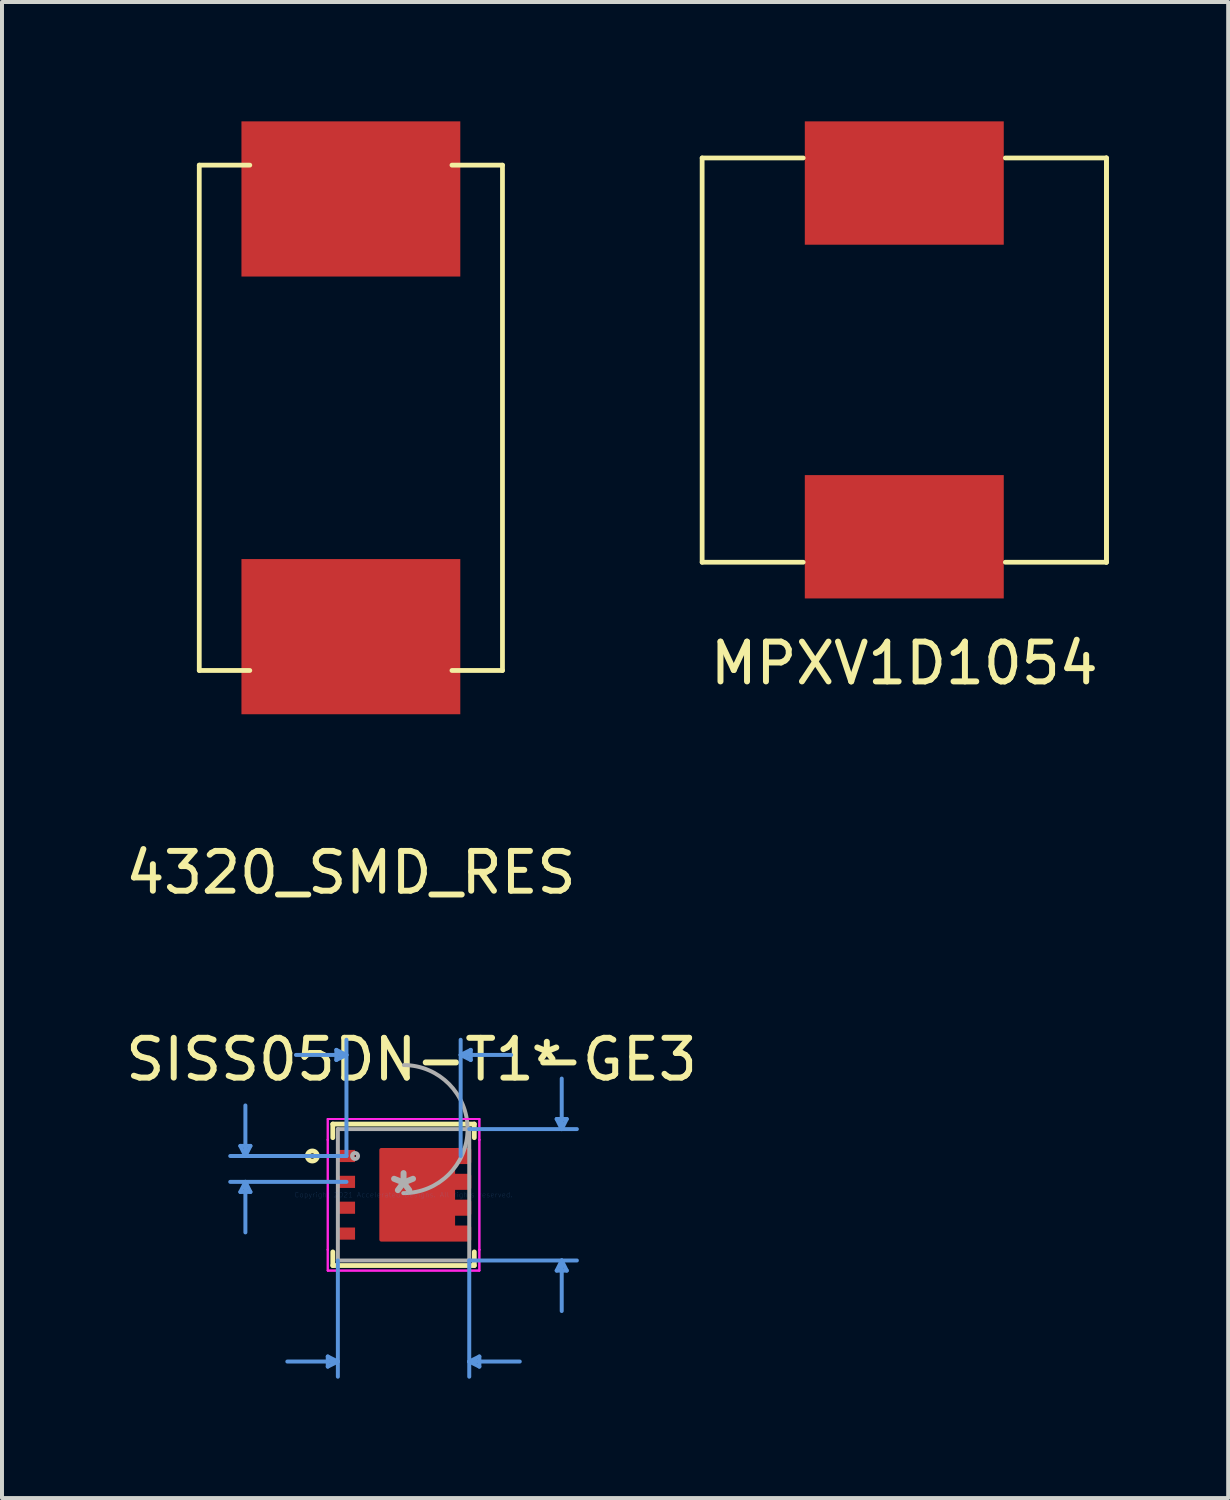
<source format=kicad_pcb>
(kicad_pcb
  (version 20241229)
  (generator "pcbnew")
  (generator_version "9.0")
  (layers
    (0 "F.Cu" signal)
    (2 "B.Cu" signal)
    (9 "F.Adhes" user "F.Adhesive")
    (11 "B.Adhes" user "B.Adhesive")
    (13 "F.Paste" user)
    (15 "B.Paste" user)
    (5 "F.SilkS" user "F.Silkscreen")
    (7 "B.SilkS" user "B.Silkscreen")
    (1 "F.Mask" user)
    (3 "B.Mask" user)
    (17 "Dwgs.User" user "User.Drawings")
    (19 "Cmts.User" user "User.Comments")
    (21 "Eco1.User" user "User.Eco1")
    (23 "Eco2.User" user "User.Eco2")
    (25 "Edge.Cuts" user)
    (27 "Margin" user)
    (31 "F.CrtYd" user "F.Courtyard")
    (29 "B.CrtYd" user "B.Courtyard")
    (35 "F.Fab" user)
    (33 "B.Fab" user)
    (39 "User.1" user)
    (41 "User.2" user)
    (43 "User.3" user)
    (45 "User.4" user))
  (footprint "SISS05DN-T1-GE3"
    (layer "F.Cu")
    (at 7.092 26.977)
    (property "Reference" "SISS05DN-T1-GE3" (at 0.2 -3.4 0) (layer "F.SilkS") (effects (font (size 1 1) (thickness 0.15))))
    (attr through_hole)
    (fp_poly (pts (xy -0.559 -1.126) (xy 1.651 -1.127) (xy 1.651 -0.823) (xy 1.245 -0.823) (xy 1.245 -0.477) (xy 1.651 -0.477) (xy 1.651 -0.173) (xy 1.245 -0.173) (xy 1.245 0.173) (xy 1.651 0.173) (xy 1.651 0.477) (xy 1.245 0.477) (xy 1.245 0.823) (xy 1.651 0.823) (xy 1.651 1.127) (xy -0.559 1.126)) (stroke (width 0.1) (type solid)) (fill yes) (layer "F.Cu"))
    (fp_poly (pts (xy -0.559 -1.126) (xy 1.651 -1.127) (xy 1.651 -0.823) (xy 1.245 -0.823) (xy 1.245 -0.477) (xy 1.651 -0.477) (xy 1.651 -0.173) (xy 1.245 -0.173) (xy 1.245 0.173) (xy 1.651 0.173) (xy 1.651 0.477) (xy 1.245 0.477) (xy 1.245 0.823) (xy 1.651 0.823) (xy 1.651 1.127) (xy -0.559 1.126)) (stroke (width 0.1) (type solid)) (fill yes) (layer "F.Mask"))
    (fp_line (start -1.778 -1.778) (end -1.778 -1.435) (stroke (width 0.12) (type solid)) (layer "F.SilkS"))
    (fp_line (start -1.778 1.435) (end -1.778 1.778) (stroke (width 0.12) (type solid)) (layer "F.SilkS"))
    (fp_line (start -1.778 1.778) (end 1.778 1.778) (stroke (width 0.12) (type solid)) (layer "F.SilkS"))
    (fp_line (start 1.778 -1.778) (end -1.778 -1.778) (stroke (width 0.12) (type solid)) (layer "F.SilkS"))
    (fp_line (start 1.778 -1.435) (end 1.778 -1.778) (stroke (width 0.12) (type solid)) (layer "F.SilkS"))
    (fp_line (start 1.778 1.778) (end 1.778 1.435) (stroke (width 0.12) (type solid)) (layer "F.SilkS"))
    (fp_circle (center -2.293 -0.975) (end -2.166 -0.975) (stroke (width 0.12) (type solid)) (fill no) (layer "F.SilkS"))
    (fp_poly (pts (xy -0.559 -1.126) (xy 1.651 -1.127) (xy 1.651 -0.823) (xy 1.245 -0.823) (xy 1.245 -0.477) (xy 1.651 -0.477) (xy 1.651 -0.173) (xy 1.245 -0.173) (xy 1.245 0.173) (xy 1.651 0.173) (xy 1.651 0.477) (xy 1.245 0.477) (xy 1.245 0.823) (xy 1.651 0.823) (xy 1.651 1.127) (xy -0.559 1.126)) (stroke (width 0.1) (type solid)) (fill yes) (layer "F.Paste"))
    (fp_line (start -4.102 -1.229) (end -3.848 -1.229) (stroke (width 0.1) (type solid)) (layer "Cmts.User"))
    (fp_line (start -4.102 -0.071) (end -3.848 -0.071) (stroke (width 0.1) (type solid)) (layer "Cmts.User"))
    (fp_line (start -3.975 -0.975) (end -4.102 -1.229) (stroke (width 0.1) (type solid)) (layer "Cmts.User"))
    (fp_line (start -3.975 -0.975) (end -3.975 -2.245) (stroke (width 0.1) (type solid)) (layer "Cmts.User"))
    (fp_line (start -3.975 -0.975) (end -3.848 -1.229) (stroke (width 0.1) (type solid)) (layer "Cmts.User"))
    (fp_line (start -3.975 -0.325) (end -4.102 -0.071) (stroke (width 0.1) (type solid)) (layer "Cmts.User"))
    (fp_line (start -3.975 -0.325) (end -3.975 0.945) (stroke (width 0.1) (type solid)) (layer "Cmts.User"))
    (fp_line (start -3.975 -0.325) (end -3.848 -0.071) (stroke (width 0.1) (type solid)) (layer "Cmts.User"))
    (fp_line (start -1.905 4.064) (end -1.905 4.318) (stroke (width 0.1) (type solid)) (layer "Cmts.User"))
    (fp_line (start -1.689 -3.642) (end -1.689 -3.388) (stroke (width 0.1) (type solid)) (layer "Cmts.User"))
    (fp_line (start -1.651 1.651) (end -1.651 4.572) (stroke (width 0.1) (type solid)) (layer "Cmts.User"))
    (fp_line (start -1.651 4.191) (end -2.921 4.191) (stroke (width 0.1) (type solid)) (layer "Cmts.User"))
    (fp_line (start -1.651 4.191) (end -1.905 4.064) (stroke (width 0.1) (type solid)) (layer "Cmts.User"))
    (fp_line (start -1.651 4.191) (end -1.905 4.318) (stroke (width 0.1) (type solid)) (layer "Cmts.User"))
    (fp_line (start -1.435 -3.515) (end -2.705 -3.515) (stroke (width 0.1) (type solid)) (layer "Cmts.User"))
    (fp_line (start -1.435 -3.515) (end -1.689 -3.642) (stroke (width 0.1) (type solid)) (layer "Cmts.User"))
    (fp_line (start -1.435 -3.515) (end -1.689 -3.388) (stroke (width 0.1) (type solid)) (layer "Cmts.User"))
    (fp_line (start -1.435 -0.975) (end -4.356 -0.975) (stroke (width 0.1) (type solid)) (layer "Cmts.User"))
    (fp_line (start -1.435 -0.975) (end -1.435 -3.896) (stroke (width 0.1) (type solid)) (layer "Cmts.User"))
    (fp_line (start -1.435 -0.325) (end -4.356 -0.325) (stroke (width 0.1) (type solid)) (layer "Cmts.User"))
    (fp_line (start 1.435 -3.515) (end 1.689 -3.642) (stroke (width 0.1) (type solid)) (layer "Cmts.User"))
    (fp_line (start 1.435 -3.515) (end 1.689 -3.388) (stroke (width 0.1) (type solid)) (layer "Cmts.User"))
    (fp_line (start 1.435 -3.515) (end 2.705 -3.515) (stroke (width 0.1) (type solid)) (layer "Cmts.User"))
    (fp_line (start 1.435 -0.975) (end 1.435 -3.896) (stroke (width 0.1) (type solid)) (layer "Cmts.User"))
    (fp_line (start 1.651 -1.651) (end 4.356 -1.651) (stroke (width 0.1) (type solid)) (layer "Cmts.User"))
    (fp_line (start 1.651 1.651) (end 1.651 4.572) (stroke (width 0.1) (type solid)) (layer "Cmts.User"))
    (fp_line (start 1.651 1.651) (end 4.356 1.651) (stroke (width 0.1) (type solid)) (layer "Cmts.User"))
    (fp_line (start 1.651 4.191) (end 1.905 4.064) (stroke (width 0.1) (type solid)) (layer "Cmts.User"))
    (fp_line (start 1.651 4.191) (end 1.905 4.318) (stroke (width 0.1) (type solid)) (layer "Cmts.User"))
    (fp_line (start 1.651 4.191) (end 2.921 4.191) (stroke (width 0.1) (type solid)) (layer "Cmts.User"))
    (fp_line (start 1.689 -3.642) (end 1.689 -3.388) (stroke (width 0.1) (type solid)) (layer "Cmts.User"))
    (fp_line (start 1.905 4.064) (end 1.905 4.318) (stroke (width 0.1) (type solid)) (layer "Cmts.User"))
    (fp_line (start 3.848 -1.905) (end 4.102 -1.905) (stroke (width 0.1) (type solid)) (layer "Cmts.User"))
    (fp_line (start 3.848 1.905) (end 4.102 1.905) (stroke (width 0.1) (type solid)) (layer "Cmts.User"))
    (fp_line (start 3.975 -1.651) (end 3.848 -1.905) (stroke (width 0.1) (type solid)) (layer "Cmts.User"))
    (fp_line (start 3.975 -1.651) (end 3.975 -2.921) (stroke (width 0.1) (type solid)) (layer "Cmts.User"))
    (fp_line (start 3.975 -1.651) (end 4.102 -1.905) (stroke (width 0.1) (type solid)) (layer "Cmts.User"))
    (fp_line (start 3.975 1.651) (end 3.848 1.905) (stroke (width 0.1) (type solid)) (layer "Cmts.User"))
    (fp_line (start 3.975 1.651) (end 3.975 2.921) (stroke (width 0.1) (type solid)) (layer "Cmts.User"))
    (fp_line (start 3.975 1.651) (end 4.102 1.905) (stroke (width 0.1) (type solid)) (layer "Cmts.User"))
    (fp_line (start -1.905 -1.905) (end 1.905 -1.905) (stroke (width 0.05) (type solid)) (layer "F.CrtYd"))
    (fp_line (start -1.905 -1.905) (end 1.905 -1.905) (stroke (width 0.05) (type solid)) (layer "F.CrtYd"))
    (fp_line (start -1.905 -1.381) (end -1.905 -1.905) (stroke (width 0.05) (type solid)) (layer "F.CrtYd"))
    (fp_line (start -1.905 -1.381) (end -1.905 -1.905) (stroke (width 0.05) (type solid)) (layer "F.CrtYd"))
    (fp_line (start -1.905 -1.381) (end -1.905 -1.381) (stroke (width 0.05) (type solid)) (layer "F.CrtYd"))
    (fp_line (start -1.905 -1.381) (end -1.905 -1.381) (stroke (width 0.05) (type solid)) (layer "F.CrtYd"))
    (fp_line (start -1.905 1.381) (end -1.905 -1.381) (stroke (width 0.05) (type solid)) (layer "F.CrtYd"))
    (fp_line (start -1.905 1.381) (end -1.905 -1.381) (stroke (width 0.05) (type solid)) (layer "F.CrtYd"))
    (fp_line (start -1.905 1.381) (end -1.905 1.381) (stroke (width 0.05) (type solid)) (layer "F.CrtYd"))
    (fp_line (start -1.905 1.381) (end -1.905 1.381) (stroke (width 0.05) (type solid)) (layer "F.CrtYd"))
    (fp_line (start -1.905 1.905) (end -1.905 1.381) (stroke (width 0.05) (type solid)) (layer "F.CrtYd"))
    (fp_line (start -1.905 1.905) (end -1.905 1.381) (stroke (width 0.05) (type solid)) (layer "F.CrtYd"))
    (fp_line (start 1.905 -1.905) (end 1.905 -1.381) (stroke (width 0.05) (type solid)) (layer "F.CrtYd"))
    (fp_line (start 1.905 -1.905) (end 1.905 -1.381) (stroke (width 0.05) (type solid)) (layer "F.CrtYd"))
    (fp_line (start 1.905 -1.381) (end 1.905 -1.381) (stroke (width 0.05) (type solid)) (layer "F.CrtYd"))
    (fp_line (start 1.905 -1.381) (end 1.905 -1.381) (stroke (width 0.05) (type solid)) (layer "F.CrtYd"))
    (fp_line (start 1.905 -1.381) (end 1.905 1.381) (stroke (width 0.05) (type solid)) (layer "F.CrtYd"))
    (fp_line (start 1.905 -1.381) (end 1.905 1.381) (stroke (width 0.05) (type solid)) (layer "F.CrtYd"))
    (fp_line (start 1.905 1.381) (end 1.905 1.381) (stroke (width 0.05) (type solid)) (layer "F.CrtYd"))
    (fp_line (start 1.905 1.381) (end 1.905 1.381) (stroke (width 0.05) (type solid)) (layer "F.CrtYd"))
    (fp_line (start 1.905 1.381) (end 1.905 1.905) (stroke (width 0.05) (type solid)) (layer "F.CrtYd"))
    (fp_line (start 1.905 1.381) (end 1.905 1.905) (stroke (width 0.05) (type solid)) (layer "F.CrtYd"))
    (fp_line (start 1.905 1.905) (end -1.905 1.905) (stroke (width 0.05) (type solid)) (layer "F.CrtYd"))
    (fp_line (start 1.905 1.905) (end -1.905 1.905) (stroke (width 0.05) (type solid)) (layer "F.CrtYd"))
    (fp_line (start -1.651 -1.651) (end -1.651 1.651) (stroke (width 0.1) (type solid)) (layer "F.Fab"))
    (fp_line (start -1.651 1.651) (end 1.651 1.651) (stroke (width 0.1) (type solid)) (layer "F.Fab"))
    (fp_line (start 1.651 -1.651) (end -1.651 -1.651) (stroke (width 0.1) (type solid)) (layer "F.Fab"))
    (fp_line (start 1.651 1.651) (end 1.651 -1.651) (stroke (width 0.1) (type solid)) (layer "F.Fab"))
    (fp_arc (start 0.007742 -3.260065) (mid 1.609065 -1.643258) (end -0.007742 -0.041935) (stroke (width 0.1) (type solid)) (layer "F.Fab"))
    (fp_circle (center -1.219 -0.975) (end -1.143 -0.975) (stroke (width 0.1) (type solid)) (fill no) (layer "F.Fab"))
    (fp_text user "*" (at 3.6 -3.3 0) (layer "F.SilkS") (effects (font (size 1 1) (thickness 0.15))))
    (fp_text user "Copyright 2021 Accelerated Designs. All rights reserved." (at 0 0 0) (layer "Cmts.User") (effects (font (size 0.127 0.127) (thickness 0.002))))
    (fp_text user "*" (at 0 0 0) (layer "F.Fab") (effects (font (size 1 1) (thickness 0.15))))
    (pad "1" smd rect (at 1.448 -0.975) (size 0.406 0.305) (layers "F.Cu" "F.Mask" "F.Paste"))
    (pad "1" smd rect (at 1.448 -0.325) (size 0.406 0.305) (layers "F.Cu" "F.Mask" "F.Paste"))
    (pad "1" smd rect (at 1.448 0.325) (size 0.406 0.305) (layers "F.Cu" "F.Mask" "F.Paste"))
    (pad "1" smd rect (at 1.448 0.975) (size 0.406 0.305) (layers "F.Cu" "F.Mask" "F.Paste"))
    (pad "2" smd rect (at -1.435 0.975) (size 0.432 0.305) (layers "F.Cu" "F.Mask" "F.Paste"))
    (pad "3" smd rect (at -1.435 -0.975) (size 0.432 0.305) (layers "F.Cu" "F.Mask" "F.Paste"))
    (pad "3" smd rect (at -1.435 -0.325) (size 0.432 0.305) (layers "F.Cu" "F.Mask" "F.Paste"))
    (pad "3" smd rect (at -1.435 0.325) (size 0.432 0.305) (layers "F.Cu" "F.Mask" "F.Paste")))
  (footprint "MPXV1D1054"
    (layer "F.Cu")
    (at 19.676 6)
    (property "Reference" "MPXV1D1054" (at 0 7.62 0) (layer "F.SilkS") (effects (font (size 1 1) (thickness 0.15))))
    (attr through_hole)
    (fp_line (start -5.08 -5.08) (end -2.54 -5.08) (stroke (width 0.12) (type solid)) (layer "F.SilkS"))
    (fp_line (start -5.08 5.08) (end -5.08 -5.08) (stroke (width 0.12) (type solid)) (layer "F.SilkS"))
    (fp_line (start -2.54 5.08) (end -5.08 5.08) (stroke (width 0.12) (type solid)) (layer "F.SilkS"))
    (fp_line (start 2.54 -5.08) (end 5.08 -5.08) (stroke (width 0.12) (type solid)) (layer "F.SilkS"))
    (fp_line (start 5.08 -5.08) (end 5.08 5.08) (stroke (width 0.12) (type solid)) (layer "F.SilkS"))
    (fp_line (start 5.08 -5.08) (end 5.08 5.08) (stroke (width 0.12) (type solid)) (layer "F.SilkS"))
    (fp_line (start 5.08 5.08) (end 2.54 5.08) (stroke (width 0.12) (type solid)) (layer "F.SilkS"))
    (pad "1" smd rect (at 0 -4.45) (size 5 3.1) (layers "F.Cu" "F.Mask" "F.Paste"))
    (pad "2" smd rect (at 0 4.44) (size 5 3.1) (layers "F.Cu" "F.Mask" "F.Paste")))
  (footprint "4320_SMD_RES"
    (layer "F.Cu")
    (at 5.768 7.45)
    (property "Reference" "4320_SMD_RES" (at 0 11.43 0) (layer "F.SilkS") (effects (font (size 1 1) (thickness 0.15))))
    (attr through_hole)
    (fp_line (start -3.81 -6.35) (end -3.81 6.35) (stroke (width 0.12) (type solid)) (layer "F.SilkS"))
    (fp_line (start -3.81 6.35) (end -2.54 6.35) (stroke (width 0.12) (type solid)) (layer "F.SilkS"))
    (fp_line (start -2.54 -6.35) (end -3.81 -6.35) (stroke (width 0.12) (type solid)) (layer "F.SilkS"))
    (fp_line (start 2.54 -6.35) (end 3.81 -6.35) (stroke (width 0.12) (type solid)) (layer "F.SilkS"))
    (fp_line (start 3.81 -6.35) (end 3.81 6.35) (stroke (width 0.12) (type solid)) (layer "F.SilkS"))
    (fp_line (start 3.81 6.35) (end 2.54 6.35) (stroke (width 0.12) (type solid)) (layer "F.SilkS"))
    (pad "1" smd rect (at 0 -5.5) (size 5.5 3.9) (layers "F.Cu" "F.Mask" "F.Paste"))
    (pad "2" smd rect (at 0 5.5) (size 5.5 3.9) (layers "F.Cu" "F.Mask" "F.Paste")))
  (gr_rect
    (start -3 -3)
    (end 27.816 34.599)
    (stroke (width 0.1) (type default))
    (fill no)
    (layer "Edge.Cuts")))
</source>
